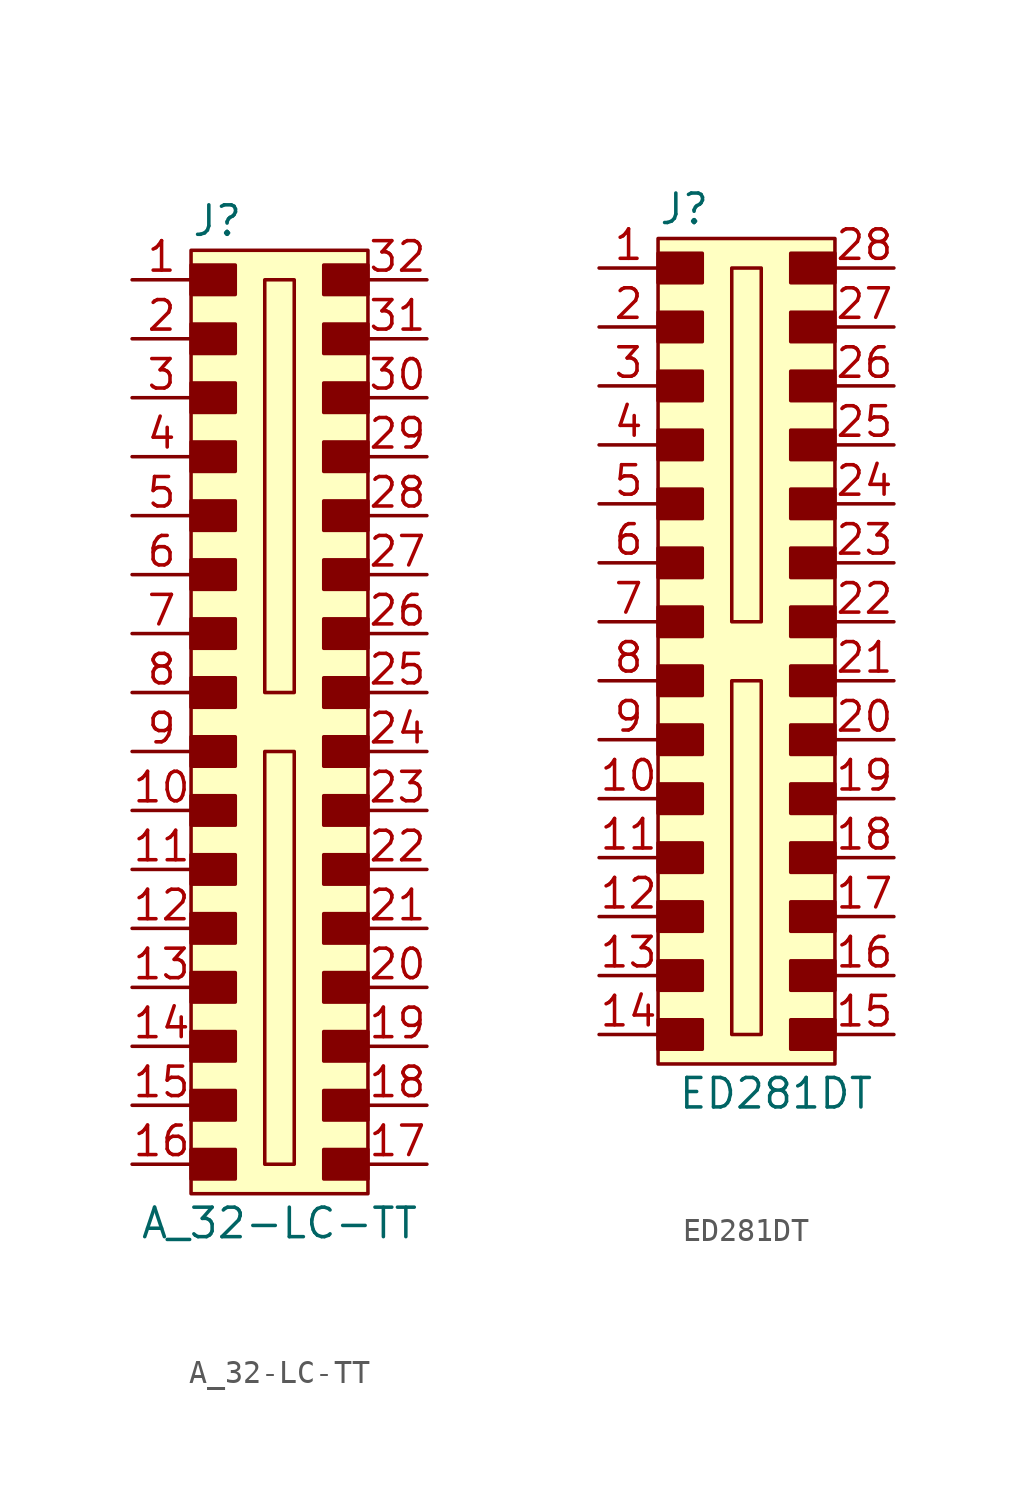
<source format=kicad_sym>
(kicad_symbol_lib
  (version 20201005)
  (generator kicad_symbol_editor)
  (symbol "A_32-LC-TT"
    (pin_names
      (offset 1.016))
    (property "Reference" "J"
      (at -3.81 20.32 0)
      (effects (font (size 1.27 1.27)) (justify left)))
    (property "Value" "A_32-LC-TT"
      (at 0 -22.86 0)
      (effects (font (size 1.27 1.27))))
    (symbol "A_32-LC-TT_1_1"
      (rectangle (start -3.81 -19.685) (end -1.905 -20.955) (stroke (width 0)) (fill (type outline)))
      (rectangle (start -3.81 -17.145) (end -1.905 -18.415) (stroke (width 0)) (fill (type outline)))
      (rectangle (start -3.81 -14.605) (end -1.905 -15.875) (stroke (width 0)) (fill (type outline)))
      (rectangle (start -3.81 -12.065) (end -1.905 -13.335) (stroke (width 0)) (fill (type outline)))
      (rectangle (start -3.81 -9.525) (end -1.905 -10.795) (stroke (width 0)) (fill (type outline)))
      (rectangle (start -3.81 -6.985) (end -1.905 -8.255) (stroke (width 0)) (fill (type outline)))
      (rectangle (start -3.81 -4.445) (end -1.905 -5.715) (stroke (width 0)) (fill (type outline)))
      (rectangle (start -3.81 -1.905) (end -1.905 -3.175) (stroke (width 0)) (fill (type outline)))
      (rectangle (start -3.81 0.635) (end -1.905 -0.635) (stroke (width 0)) (fill (type outline)))
      (rectangle (start -3.81 3.175) (end -1.905 1.905) (stroke (width 0)) (fill (type outline)))
      (rectangle (start -3.81 5.715) (end -1.905 4.445) (stroke (width 0)) (fill (type outline)))
      (rectangle (start -3.81 8.255) (end -1.905 6.985) (stroke (width 0)) (fill (type outline)))
      (rectangle (start -3.81 10.795) (end -1.905 9.525) (stroke (width 0)) (fill (type outline)))
      (rectangle (start -3.81 13.335) (end -1.905 12.065) (stroke (width 0)) (fill (type outline)))
      (rectangle (start -3.81 15.875) (end -1.905 14.605) (stroke (width 0)) (fill (type outline)))
      (rectangle (start -3.81 18.415) (end -1.905 17.145) (stroke (width 0)) (fill (type outline)))
      (rectangle (start -3.81 19.05) (end 3.81 -21.59) (stroke (width 0)) (fill (type background)))
      (rectangle (start -0.635 -2.54) (end 0.635 -20.32) (stroke (width 0)) (fill (type none)))
      (rectangle (start -0.635 17.78) (end 0.635 0) (stroke (width 0)) (fill (type none)))
      (rectangle (start 1.905 -19.685) (end 3.81 -20.955) (stroke (width 0)) (fill (type outline)))
      (rectangle (start 1.905 -17.145) (end 3.81 -18.415) (stroke (width 0)) (fill (type outline)))
      (rectangle (start 1.905 -14.605) (end 3.81 -15.875) (stroke (width 0)) (fill (type outline)))
      (rectangle (start 1.905 -12.065) (end 3.81 -13.335) (stroke (width 0)) (fill (type outline)))
      (rectangle (start 1.905 -9.525) (end 3.81 -10.795) (stroke (width 0)) (fill (type outline)))
      (rectangle (start 1.905 -6.985) (end 3.81 -8.255) (stroke (width 0)) (fill (type outline)))
      (rectangle (start 1.905 -4.445) (end 3.81 -5.715) (stroke (width 0)) (fill (type outline)))
      (rectangle (start 1.905 -1.905) (end 3.81 -3.175) (stroke (width 0)) (fill (type outline)))
      (rectangle (start 1.905 0.635) (end 3.81 -0.635) (stroke (width 0)) (fill (type outline)))
      (rectangle (start 1.905 3.175) (end 3.81 1.905) (stroke (width 0)) (fill (type outline)))
      (rectangle (start 1.905 5.715) (end 3.81 4.445) (stroke (width 0)) (fill (type outline)))
      (rectangle (start 1.905 8.255) (end 3.81 6.985) (stroke (width 0)) (fill (type outline)))
      (rectangle (start 1.905 10.795) (end 3.81 9.525) (stroke (width 0)) (fill (type outline)))
      (rectangle (start 1.905 13.335) (end 3.81 12.065) (stroke (width 0)) (fill (type outline)))
      (rectangle (start 1.905 15.875) (end 3.81 14.605) (stroke (width 0)) (fill (type outline)))
      (rectangle (start 1.905 18.415) (end 3.81 17.145) (stroke (width 0)) (fill (type outline)))
      (pin passive line (at -6.35 17.78 0) (length 2.54) (name "~" (effects (font (size 1.27 1.27)))) (number "1" (effects (font (size 1.27 1.27)))))
      (pin passive line (at -6.35 -5.08 0) (length 2.54) (name "~" (effects (font (size 1.27 1.27)))) (number "10" (effects (font (size 1.27 1.27)))))
      (pin passive line (at -6.35 -7.62 0) (length 2.54) (name "~" (effects (font (size 1.27 1.27)))) (number "11" (effects (font (size 1.27 1.27)))))
      (pin passive line (at -6.35 -10.16 0) (length 2.54) (name "~" (effects (font (size 1.27 1.27)))) (number "12" (effects (font (size 1.27 1.27)))))
      (pin passive line (at -6.35 -12.7 0) (length 2.54) (name "~" (effects (font (size 1.27 1.27)))) (number "13" (effects (font (size 1.27 1.27)))))
      (pin passive line (at -6.35 -15.24 0) (length 2.54) (name "~" (effects (font (size 1.27 1.27)))) (number "14" (effects (font (size 1.27 1.27)))))
      (pin passive line (at -6.35 -17.78 0) (length 2.54) (name "~" (effects (font (size 1.27 1.27)))) (number "15" (effects (font (size 1.27 1.27)))))
      (pin passive line (at -6.35 -20.32 0) (length 2.54) (name "~" (effects (font (size 1.27 1.27)))) (number "16" (effects (font (size 1.27 1.27)))))
      (pin passive line (at 6.35 -20.32 180) (length 2.54) (name "~" (effects (font (size 1.27 1.27)))) (number "17" (effects (font (size 1.27 1.27)))))
      (pin passive line (at 6.35 -17.78 180) (length 2.54) (name "~" (effects (font (size 1.27 1.27)))) (number "18" (effects (font (size 1.27 1.27)))))
      (pin passive line (at 6.35 -15.24 180) (length 2.54) (name "~" (effects (font (size 1.27 1.27)))) (number "19" (effects (font (size 1.27 1.27)))))
      (pin passive line (at -6.35 15.24 0) (length 2.54) (name "~" (effects (font (size 1.27 1.27)))) (number "2" (effects (font (size 1.27 1.27)))))
      (pin passive line (at 6.35 -12.7 180) (length 2.54) (name "~" (effects (font (size 1.27 1.27)))) (number "20" (effects (font (size 1.27 1.27)))))
      (pin passive line (at 6.35 -10.16 180) (length 2.54) (name "~" (effects (font (size 1.27 1.27)))) (number "21" (effects (font (size 1.27 1.27)))))
      (pin passive line (at 6.35 -7.62 180) (length 2.54) (name "~" (effects (font (size 1.27 1.27)))) (number "22" (effects (font (size 1.27 1.27)))))
      (pin passive line (at 6.35 -5.08 180) (length 2.54) (name "~" (effects (font (size 1.27 1.27)))) (number "23" (effects (font (size 1.27 1.27)))))
      (pin passive line (at 6.35 -2.54 180) (length 2.54) (name "~" (effects (font (size 1.27 1.27)))) (number "24" (effects (font (size 1.27 1.27)))))
      (pin passive line (at 6.35 0 180) (length 2.54) (name "~" (effects (font (size 1.27 1.27)))) (number "25" (effects (font (size 1.27 1.27)))))
      (pin passive line (at 6.35 2.54 180) (length 2.54) (name "~" (effects (font (size 1.27 1.27)))) (number "26" (effects (font (size 1.27 1.27)))))
      (pin passive line (at 6.35 5.08 180) (length 2.54) (name "~" (effects (font (size 1.27 1.27)))) (number "27" (effects (font (size 1.27 1.27)))))
      (pin passive line (at 6.35 7.62 180) (length 2.54) (name "~" (effects (font (size 1.27 1.27)))) (number "28" (effects (font (size 1.27 1.27)))))
      (pin passive line (at 6.35 10.16 180) (length 2.54) (name "~" (effects (font (size 1.27 1.27)))) (number "29" (effects (font (size 1.27 1.27)))))
      (pin passive line (at -6.35 12.7 0) (length 2.54) (name "~" (effects (font (size 1.27 1.27)))) (number "3" (effects (font (size 1.27 1.27)))))
      (pin passive line (at 6.35 12.7 180) (length 2.54) (name "~" (effects (font (size 1.27 1.27)))) (number "30" (effects (font (size 1.27 1.27)))))
      (pin passive line (at 6.35 15.24 180) (length 2.54) (name "~" (effects (font (size 1.27 1.27)))) (number "31" (effects (font (size 1.27 1.27)))))
      (pin passive line (at 6.35 17.78 180) (length 2.54) (name "~" (effects (font (size 1.27 1.27)))) (number "32" (effects (font (size 1.27 1.27)))))
      (pin passive line (at -6.35 10.16 0) (length 2.54) (name "~" (effects (font (size 1.27 1.27)))) (number "4" (effects (font (size 1.27 1.27)))))
      (pin passive line (at -6.35 7.62 0) (length 2.54) (name "~" (effects (font (size 1.27 1.27)))) (number "5" (effects (font (size 1.27 1.27)))))
      (pin passive line (at -6.35 5.08 0) (length 2.54) (name "~" (effects (font (size 1.27 1.27)))) (number "6" (effects (font (size 1.27 1.27)))))
      (pin passive line (at -6.35 2.54 0) (length 2.54) (name "~" (effects (font (size 1.27 1.27)))) (number "7" (effects (font (size 1.27 1.27)))))
      (pin passive line (at -6.35 0 0) (length 2.54) (name "~" (effects (font (size 1.27 1.27)))) (number "8" (effects (font (size 1.27 1.27)))))
      (pin passive line (at -6.35 -2.54 0) (length 2.54) (name "~" (effects (font (size 1.27 1.27)))) (number "9" (effects (font (size 1.27 1.27)))))))
  (symbol "ED281DT"
    (pin_names
      (offset 1.016))
    (property "Reference" "J"
      (at -5.08 15.24 0)
      (effects (font (size 1.27 1.27)) (justify left)))
    (property "Value" "ED281DT"
      (at 0 -22.86 0)
      (effects (font (size 1.27 1.27))))
    (symbol "ED281DT_0_1"
      (rectangle (start -5.08 10.795) (end -3.175 9.525) (stroke (width 0)) (fill (type outline)))
      (rectangle (start -5.08 13.335) (end -3.175 12.065) (stroke (width 0)) (fill (type outline)))
      (rectangle (start -5.08 13.97) (end 2.54 -21.59) (stroke (width 0)) (fill (type background)))
      (rectangle (start -1.905 -5.08) (end -0.635 -20.32) (stroke (width 0)) (fill (type none)))
      (rectangle (start -1.905 12.7) (end -0.635 -2.54) (stroke (width 0)) (fill (type none))))
    (symbol "ED281DT_1_1"
      (rectangle (start -5.08 -19.685) (end -3.175 -20.955) (stroke (width 0)) (fill (type outline)))
      (rectangle (start -5.08 -17.145) (end -3.175 -18.415) (stroke (width 0)) (fill (type outline)))
      (rectangle (start -5.08 -14.605) (end -3.175 -15.875) (stroke (width 0)) (fill (type outline)))
      (rectangle (start -5.08 -12.065) (end -3.175 -13.335) (stroke (width 0)) (fill (type outline)))
      (rectangle (start -5.08 -9.525) (end -3.175 -10.795) (stroke (width 0)) (fill (type outline)))
      (rectangle (start -5.08 -6.985) (end -3.175 -8.255) (stroke (width 0)) (fill (type outline)))
      (rectangle (start -5.08 -4.445) (end -3.175 -5.715) (stroke (width 0)) (fill (type outline)))
      (rectangle (start -5.08 -1.905) (end -3.175 -3.175) (stroke (width 0)) (fill (type outline)))
      (rectangle (start -5.08 0.635) (end -3.175 -0.635) (stroke (width 0)) (fill (type outline)))
      (rectangle (start -5.08 3.175) (end -3.175 1.905) (stroke (width 0)) (fill (type outline)))
      (rectangle (start -5.08 5.715) (end -3.175 4.445) (stroke (width 0)) (fill (type outline)))
      (rectangle (start -5.08 8.255) (end -3.175 6.985) (stroke (width 0)) (fill (type outline)))
      (rectangle (start 0.635 -19.685) (end 2.54 -20.955) (stroke (width 0)) (fill (type outline)))
      (rectangle (start 0.635 -17.145) (end 2.54 -18.415) (stroke (width 0)) (fill (type outline)))
      (rectangle (start 0.635 -14.605) (end 2.54 -15.875) (stroke (width 0)) (fill (type outline)))
      (rectangle (start 0.635 -12.065) (end 2.54 -13.335) (stroke (width 0)) (fill (type outline)))
      (rectangle (start 0.635 -9.525) (end 2.54 -10.795) (stroke (width 0)) (fill (type outline)))
      (rectangle (start 0.635 -6.985) (end 2.54 -8.255) (stroke (width 0)) (fill (type outline)))
      (rectangle (start 0.635 -4.445) (end 2.54 -5.715) (stroke (width 0)) (fill (type outline)))
      (rectangle (start 0.635 -1.905) (end 2.54 -3.175) (stroke (width 0)) (fill (type outline)))
      (rectangle (start 0.635 0.635) (end 2.54 -0.635) (stroke (width 0)) (fill (type outline)))
      (rectangle (start 0.635 3.175) (end 2.54 1.905) (stroke (width 0)) (fill (type outline)))
      (rectangle (start 0.635 5.715) (end 2.54 4.445) (stroke (width 0)) (fill (type outline)))
      (rectangle (start 0.635 8.255) (end 2.54 6.985) (stroke (width 0)) (fill (type outline)))
      (rectangle (start 0.635 10.795) (end 2.54 9.525) (stroke (width 0)) (fill (type outline)))
      (rectangle (start 0.635 13.335) (end 2.54 12.065) (stroke (width 0)) (fill (type outline)))
      (pin passive line (at -7.62 12.7 0) (length 2.54) (name "~" (effects (font (size 1.27 1.27)))) (number "1" (effects (font (size 1.27 1.27)))))
      (pin passive line (at -7.62 -10.16 0) (length 2.54) (name "~" (effects (font (size 1.27 1.27)))) (number "10" (effects (font (size 1.27 1.27)))))
      (pin passive line (at -7.62 -12.7 0) (length 2.54) (name "~" (effects (font (size 1.27 1.27)))) (number "11" (effects (font (size 1.27 1.27)))))
      (pin passive line (at -7.62 -15.24 0) (length 2.54) (name "~" (effects (font (size 1.27 1.27)))) (number "12" (effects (font (size 1.27 1.27)))))
      (pin passive line (at -7.62 -17.78 0) (length 2.54) (name "~" (effects (font (size 1.27 1.27)))) (number "13" (effects (font (size 1.27 1.27)))))
      (pin passive line (at -7.62 -20.32 0) (length 2.54) (name "~" (effects (font (size 1.27 1.27)))) (number "14" (effects (font (size 1.27 1.27)))))
      (pin passive line (at 5.08 -20.32 180) (length 2.54) (name "~" (effects (font (size 1.27 1.27)))) (number "15" (effects (font (size 1.27 1.27)))))
      (pin passive line (at 5.08 -17.78 180) (length 2.54) (name "~" (effects (font (size 1.27 1.27)))) (number "16" (effects (font (size 1.27 1.27)))))
      (pin passive line (at 5.08 -15.24 180) (length 2.54) (name "~" (effects (font (size 1.27 1.27)))) (number "17" (effects (font (size 1.27 1.27)))))
      (pin passive line (at 5.08 -12.7 180) (length 2.54) (name "~" (effects (font (size 1.27 1.27)))) (number "18" (effects (font (size 1.27 1.27)))))
      (pin passive line (at 5.08 -10.16 180) (length 2.54) (name "~" (effects (font (size 1.27 1.27)))) (number "19" (effects (font (size 1.27 1.27)))))
      (pin passive line (at -7.62 10.16 0) (length 2.54) (name "~" (effects (font (size 1.27 1.27)))) (number "2" (effects (font (size 1.27 1.27)))))
      (pin passive line (at 5.08 -7.62 180) (length 2.54) (name "~" (effects (font (size 1.27 1.27)))) (number "20" (effects (font (size 1.27 1.27)))))
      (pin passive line (at 5.08 -5.08 180) (length 2.54) (name "~" (effects (font (size 1.27 1.27)))) (number "21" (effects (font (size 1.27 1.27)))))
      (pin passive line (at 5.08 -2.54 180) (length 2.54) (name "~" (effects (font (size 1.27 1.27)))) (number "22" (effects (font (size 1.27 1.27)))))
      (pin passive line (at 5.08 0 180) (length 2.54) (name "~" (effects (font (size 1.27 1.27)))) (number "23" (effects (font (size 1.27 1.27)))))
      (pin passive line (at 5.08 2.54 180) (length 2.54) (name "~" (effects (font (size 1.27 1.27)))) (number "24" (effects (font (size 1.27 1.27)))))
      (pin passive line (at 5.08 5.08 180) (length 2.54) (name "~" (effects (font (size 1.27 1.27)))) (number "25" (effects (font (size 1.27 1.27)))))
      (pin passive line (at 5.08 7.62 180) (length 2.54) (name "~" (effects (font (size 1.27 1.27)))) (number "26" (effects (font (size 1.27 1.27)))))
      (pin passive line (at 5.08 10.16 180) (length 2.54) (name "~" (effects (font (size 1.27 1.27)))) (number "27" (effects (font (size 1.27 1.27)))))
      (pin passive line (at 5.08 12.7 180) (length 2.54) (name "~" (effects (font (size 1.27 1.27)))) (number "28" (effects (font (size 1.27 1.27)))))
      (pin passive line (at -7.62 7.62 0) (length 2.54) (name "~" (effects (font (size 1.27 1.27)))) (number "3" (effects (font (size 1.27 1.27)))))
      (pin passive line (at -7.62 5.08 0) (length 2.54) (name "~" (effects (font (size 1.27 1.27)))) (number "4" (effects (font (size 1.27 1.27)))))
      (pin passive line (at -7.62 2.54 0) (length 2.54) (name "~" (effects (font (size 1.27 1.27)))) (number "5" (effects (font (size 1.27 1.27)))))
      (pin passive line (at -7.62 0 0) (length 2.54) (name "~" (effects (font (size 1.27 1.27)))) (number "6" (effects (font (size 1.27 1.27)))))
      (pin passive line (at -7.62 -2.54 0) (length 2.54) (name "~" (effects (font (size 1.27 1.27)))) (number "7" (effects (font (size 1.27 1.27)))))
      (pin passive line (at -7.62 -5.08 0) (length 2.54) (name "~" (effects (font (size 1.27 1.27)))) (number "8" (effects (font (size 1.27 1.27)))))
      (pin passive line (at -7.62 -7.62 0) (length 2.54) (name "~" (effects (font (size 1.27 1.27)))) (number "9" (effects (font (size 1.27 1.27))))))))
</source>
